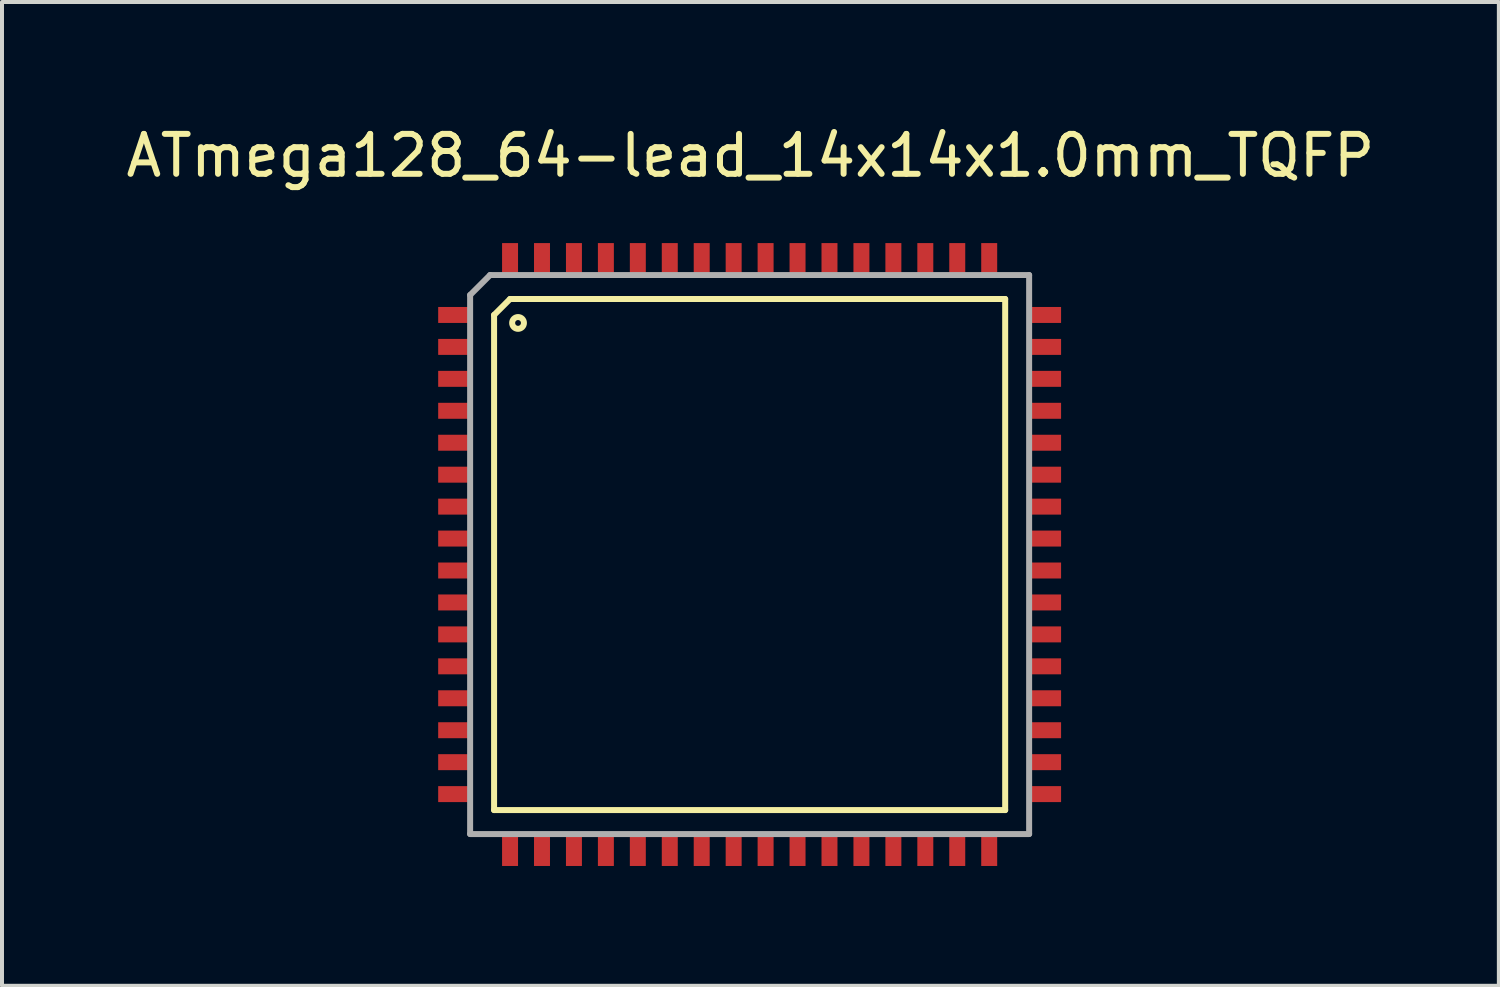
<source format=kicad_pcb>
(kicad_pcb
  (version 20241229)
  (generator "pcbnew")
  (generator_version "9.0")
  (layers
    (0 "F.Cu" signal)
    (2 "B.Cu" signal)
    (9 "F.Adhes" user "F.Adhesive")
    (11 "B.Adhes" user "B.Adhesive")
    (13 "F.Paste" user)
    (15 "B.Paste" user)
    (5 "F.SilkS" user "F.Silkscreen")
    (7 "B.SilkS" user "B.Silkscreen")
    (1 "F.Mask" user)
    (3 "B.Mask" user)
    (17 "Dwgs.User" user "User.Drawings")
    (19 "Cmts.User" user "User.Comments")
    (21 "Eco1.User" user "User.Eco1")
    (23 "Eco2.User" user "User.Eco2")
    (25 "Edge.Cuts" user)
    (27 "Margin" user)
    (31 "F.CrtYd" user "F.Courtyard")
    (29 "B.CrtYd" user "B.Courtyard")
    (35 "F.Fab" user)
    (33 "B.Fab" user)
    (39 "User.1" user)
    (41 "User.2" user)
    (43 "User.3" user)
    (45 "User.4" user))
  (footprint "ATmega128_64-lead_14x14x1.0mm_TQFP"
    (layer "F.Cu")
    (at 15.744 10.868)
    (property "Reference" "ATmega128_64-lead_14x14x1.0mm_TQFP" (at 0 -10.02 0) (layer "F.SilkS") (effects (font (size 1 1) (thickness 0.15))))
    (attr through_hole)
    (fp_line (start -6.42 -6.03) (end -6.02 -6.43) (stroke (width 0.15) (type solid)) (layer "F.SilkS"))
    (fp_line (start -6.42 6.37) (end -6.42 -6.03) (stroke (width 0.15) (type solid)) (layer "F.SilkS"))
    (fp_line (start -6.02 -6.43) (end 6.38 -6.43) (stroke (width 0.15) (type solid)) (layer "F.SilkS"))
    (fp_line (start 6.38 -6.43) (end 6.38 6.37) (stroke (width 0.15) (type solid)) (layer "F.SilkS"))
    (fp_line (start 6.38 6.37) (end -6.42 6.37) (stroke (width 0.15) (type solid)) (layer "F.SilkS"))
    (fp_circle (center -5.82 -5.83) (end -5.8 -5.76) (stroke (width 0.15) (type solid)) (fill no) (layer "F.SilkS"))
    (fp_line (start -7.02 -6.53) (end -7.02 6.97) (stroke (width 0.15) (type solid)) (layer "F.Fab"))
    (fp_line (start -6.52 -7.03) (end -7.02 -6.53) (stroke (width 0.15) (type solid)) (layer "F.Fab"))
    (fp_line (start -6.52 -7.03) (end 6.98 -7.03) (stroke (width 0.15) (type solid)) (layer "F.Fab"))
    (fp_line (start 6.98 -7.03) (end 6.98 6.97) (stroke (width 0.15) (type solid)) (layer "F.Fab"))
    (fp_line (start 6.98 6.97) (end -7.02 6.97) (stroke (width 0.15) (type solid)) (layer "F.Fab"))
    (pad "1" smd rect (at -7.42 -6.03) (size 0.8 0.4) (layers "F.Cu" "F.Mask" "F.Paste"))
    (pad "2" smd rect (at -7.42 -5.23) (size 0.8 0.4) (layers "F.Cu" "F.Mask" "F.Paste"))
    (pad "3" smd rect (at -7.42 -4.43) (size 0.8 0.4) (layers "F.Cu" "F.Mask" "F.Paste"))
    (pad "4" smd rect (at -7.42 -3.63) (size 0.8 0.4) (layers "F.Cu" "F.Mask" "F.Paste"))
    (pad "5" smd rect (at -7.42 -2.83) (size 0.8 0.4) (layers "F.Cu" "F.Mask" "F.Paste"))
    (pad "6" smd rect (at -7.42 -2.03) (size 0.8 0.4) (layers "F.Cu" "F.Mask" "F.Paste"))
    (pad "7" smd rect (at -7.42 -1.23) (size 0.8 0.4) (layers "F.Cu" "F.Mask" "F.Paste"))
    (pad "8" smd rect (at -7.42 -0.43) (size 0.8 0.4) (layers "F.Cu" "F.Mask" "F.Paste"))
    (pad "9" smd rect (at -7.42 0.37) (size 0.8 0.4) (layers "F.Cu" "F.Mask" "F.Paste"))
    (pad "10" smd rect (at -7.42 1.17) (size 0.8 0.4) (layers "F.Cu" "F.Mask" "F.Paste"))
    (pad "11" smd rect (at -7.42 1.97) (size 0.8 0.4) (layers "F.Cu" "F.Mask" "F.Paste"))
    (pad "12" smd rect (at -7.42 2.77) (size 0.8 0.4) (layers "F.Cu" "F.Mask" "F.Paste"))
    (pad "13" smd rect (at -7.42 3.57) (size 0.8 0.4) (layers "F.Cu" "F.Mask" "F.Paste"))
    (pad "14" smd rect (at -7.42 4.37) (size 0.8 0.4) (layers "F.Cu" "F.Mask" "F.Paste"))
    (pad "15" smd rect (at -7.42 5.17) (size 0.8 0.4) (layers "F.Cu" "F.Mask" "F.Paste"))
    (pad "16" smd rect (at -7.42 5.97) (size 0.8 0.4) (layers "F.Cu" "F.Mask" "F.Paste"))
    (pad "17" smd rect (at -6.02 7.37) (size 0.4 0.8) (layers "F.Cu" "F.Mask" "F.Paste"))
    (pad "18" smd rect (at -5.22 7.37) (size 0.4 0.8) (layers "F.Cu" "F.Mask" "F.Paste"))
    (pad "19" smd rect (at -4.42 7.37) (size 0.4 0.8) (layers "F.Cu" "F.Mask" "F.Paste"))
    (pad "20" smd rect (at -3.62 7.37) (size 0.4 0.8) (layers "F.Cu" "F.Mask" "F.Paste"))
    (pad "21" smd rect (at -2.82 7.37) (size 0.4 0.8) (layers "F.Cu" "F.Mask" "F.Paste"))
    (pad "22" smd rect (at -2.02 7.37) (size 0.4 0.8) (layers "F.Cu" "F.Mask" "F.Paste"))
    (pad "23" smd rect (at -1.22 7.37) (size 0.4 0.8) (layers "F.Cu" "F.Mask" "F.Paste"))
    (pad "24" smd rect (at -0.42 7.37) (size 0.4 0.8) (layers "F.Cu" "F.Mask" "F.Paste"))
    (pad "25" smd rect (at 0.38 7.37) (size 0.4 0.8) (layers "F.Cu" "F.Mask" "F.Paste"))
    (pad "26" smd rect (at 1.18 7.37) (size 0.4 0.8) (layers "F.Cu" "F.Mask" "F.Paste"))
    (pad "27" smd rect (at 1.98 7.37) (size 0.4 0.8) (layers "F.Cu" "F.Mask" "F.Paste"))
    (pad "28" smd rect (at 2.78 7.37) (size 0.4 0.8) (layers "F.Cu" "F.Mask" "F.Paste"))
    (pad "29" smd rect (at 3.58 7.37) (size 0.4 0.8) (layers "F.Cu" "F.Mask" "F.Paste"))
    (pad "30" smd rect (at 4.38 7.37) (size 0.4 0.8) (layers "F.Cu" "F.Mask" "F.Paste"))
    (pad "31" smd rect (at 5.18 7.37) (size 0.4 0.8) (layers "F.Cu" "F.Mask" "F.Paste"))
    (pad "32" smd rect (at 5.98 7.37) (size 0.4 0.8) (layers "F.Cu" "F.Mask" "F.Paste"))
    (pad "33" smd rect (at 7.38 5.97) (size 0.8 0.4) (layers "F.Cu" "F.Mask" "F.Paste"))
    (pad "34" smd rect (at 7.38 5.17) (size 0.8 0.4) (layers "F.Cu" "F.Mask" "F.Paste"))
    (pad "35" smd rect (at 7.38 4.37) (size 0.8 0.4) (layers "F.Cu" "F.Mask" "F.Paste"))
    (pad "36" smd rect (at 7.38 3.57) (size 0.8 0.4) (layers "F.Cu" "F.Mask" "F.Paste"))
    (pad "37" smd rect (at 7.38 2.77) (size 0.8 0.4) (layers "F.Cu" "F.Mask" "F.Paste"))
    (pad "38" smd rect (at 7.38 1.97) (size 0.8 0.4) (layers "F.Cu" "F.Mask" "F.Paste"))
    (pad "39" smd rect (at 7.38 1.17) (size 0.8 0.4) (layers "F.Cu" "F.Mask" "F.Paste"))
    (pad "40" smd rect (at 7.38 0.37) (size 0.8 0.4) (layers "F.Cu" "F.Mask" "F.Paste"))
    (pad "41" smd rect (at 7.38 -0.43) (size 0.8 0.4) (layers "F.Cu" "F.Mask" "F.Paste"))
    (pad "42" smd rect (at 7.38 -1.23) (size 0.8 0.4) (layers "F.Cu" "F.Mask" "F.Paste"))
    (pad "43" smd rect (at 7.38 -2.03) (size 0.8 0.4) (layers "F.Cu" "F.Mask" "F.Paste"))
    (pad "44" smd rect (at 7.38 -2.83) (size 0.8 0.4) (layers "F.Cu" "F.Mask" "F.Paste"))
    (pad "45" smd rect (at 7.38 -3.63) (size 0.8 0.4) (layers "F.Cu" "F.Mask" "F.Paste"))
    (pad "46" smd rect (at 7.38 -4.43) (size 0.8 0.4) (layers "F.Cu" "F.Mask" "F.Paste"))
    (pad "47" smd rect (at 7.38 -5.23) (size 0.8 0.4) (layers "F.Cu" "F.Mask" "F.Paste"))
    (pad "48" smd rect (at 7.38 -6.03) (size 0.8 0.4) (layers "F.Cu" "F.Mask" "F.Paste"))
    (pad "49" smd rect (at 5.98 -7.43) (size 0.4 0.8) (layers "F.Cu" "F.Mask" "F.Paste"))
    (pad "50" smd rect (at 5.18 -7.43) (size 0.4 0.8) (layers "F.Cu" "F.Mask" "F.Paste"))
    (pad "51" smd rect (at 4.38 -7.43) (size 0.4 0.8) (layers "F.Cu" "F.Mask" "F.Paste"))
    (pad "52" smd rect (at 3.58 -7.43) (size 0.4 0.8) (layers "F.Cu" "F.Mask" "F.Paste"))
    (pad "53" smd rect (at 2.78 -7.43) (size 0.4 0.8) (layers "F.Cu" "F.Mask" "F.Paste"))
    (pad "54" smd rect (at 1.98 -7.43) (size 0.4 0.8) (layers "F.Cu" "F.Mask" "F.Paste"))
    (pad "55" smd rect (at 1.18 -7.43) (size 0.4 0.8) (layers "F.Cu" "F.Mask" "F.Paste"))
    (pad "56" smd rect (at 0.38 -7.43) (size 0.4 0.8) (layers "F.Cu" "F.Mask" "F.Paste"))
    (pad "57" smd rect (at -0.42 -7.43) (size 0.4 0.8) (layers "F.Cu" "F.Mask" "F.Paste"))
    (pad "58" smd rect (at -1.22 -7.43) (size 0.4 0.8) (layers "F.Cu" "F.Mask" "F.Paste"))
    (pad "59" smd rect (at -2.02 -7.43) (size 0.4 0.8) (layers "F.Cu" "F.Mask" "F.Paste"))
    (pad "60" smd rect (at -2.82 -7.43) (size 0.4 0.8) (layers "F.Cu" "F.Mask" "F.Paste"))
    (pad "61" smd rect (at -3.62 -7.43) (size 0.4 0.8) (layers "F.Cu" "F.Mask" "F.Paste"))
    (pad "62" smd rect (at -4.42 -7.43) (size 0.4 0.8) (layers "F.Cu" "F.Mask" "F.Paste"))
    (pad "63" smd rect (at -5.22 -7.43) (size 0.4 0.8) (layers "F.Cu" "F.Mask" "F.Paste"))
    (pad "64" smd rect (at -6.02 -7.43) (size 0.4 0.8) (layers "F.Cu" "F.Mask" "F.Paste")))
  (gr_rect
    (start -3 -3)
    (end 34.488 21.638)
    (stroke (width 0.1) (type default))
    (fill no)
    (layer "Edge.Cuts")))
</source>
